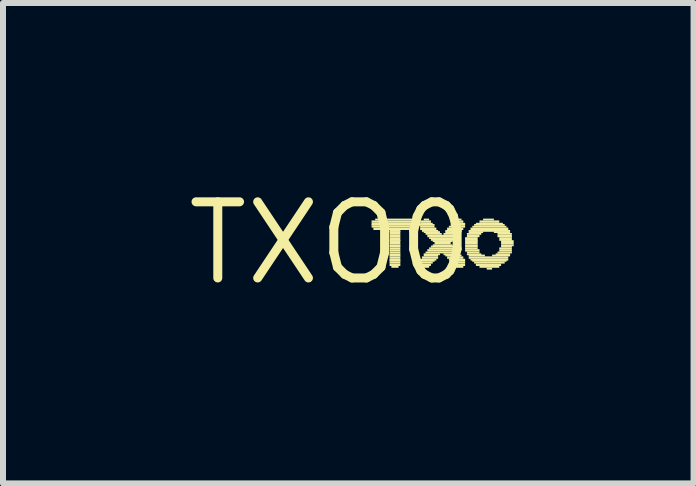
<source format=kicad_pcb>
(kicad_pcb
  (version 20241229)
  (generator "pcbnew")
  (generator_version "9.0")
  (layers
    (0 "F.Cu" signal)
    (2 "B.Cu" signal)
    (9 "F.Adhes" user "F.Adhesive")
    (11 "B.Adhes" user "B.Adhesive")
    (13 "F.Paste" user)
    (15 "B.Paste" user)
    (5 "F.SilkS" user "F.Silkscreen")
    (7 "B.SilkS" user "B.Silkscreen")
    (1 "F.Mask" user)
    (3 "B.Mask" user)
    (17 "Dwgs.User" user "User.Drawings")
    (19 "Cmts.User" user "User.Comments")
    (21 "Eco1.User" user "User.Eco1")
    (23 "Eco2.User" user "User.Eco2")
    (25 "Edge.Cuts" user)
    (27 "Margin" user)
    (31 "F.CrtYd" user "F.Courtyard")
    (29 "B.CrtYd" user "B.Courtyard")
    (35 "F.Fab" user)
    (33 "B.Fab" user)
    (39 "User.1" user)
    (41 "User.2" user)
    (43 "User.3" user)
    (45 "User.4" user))
  (footprint "TXO0"
    (layer "F.Cu")
    (at 2.457 1.006)
    (property "Reference" "TXO0" (at 0 0 0) (layer "F.SilkS") (effects (font (size 1.27 1.27) (thickness 0.15))))
    (fp_poly (pts (xy 0.69 -0.34) (xy 1.47 -0.34) (xy 1.47 -0.38) (xy 0.69 -0.38)) (stroke (width 0) (type default)) (fill yes) (layer "F.SilkS"))
    (fp_poly (pts (xy 0.69 -0.31) (xy 1.47 -0.31) (xy 1.47 -0.34) (xy 0.69 -0.34)) (stroke (width 0) (type default)) (fill yes) (layer "F.SilkS"))
    (fp_poly (pts (xy 0.69 -0.29) (xy 1.74 -0.29) (xy 1.74 -0.32) (xy 0.69 -0.32)) (stroke (width 0) (type default)) (fill yes) (layer "F.SilkS"))
    (fp_poly (pts (xy 0.69 -0.26) (xy 1.47 -0.26) (xy 1.47 -0.29) (xy 0.69 -0.29)) (stroke (width 0) (type default)) (fill yes) (layer "F.SilkS"))
    (fp_poly (pts (xy 0.72 -0.22) (xy 1.44 -0.22) (xy 1.44 -0.26) (xy 0.72 -0.26)) (stroke (width 0) (type default)) (fill yes) (layer "F.SilkS"))
    (fp_poly (pts (xy 0.75 -0.38) (xy 1.41 -0.38) (xy 1.41 -0.41) (xy 0.75 -0.41)) (stroke (width 0) (type default)) (fill yes) (layer "F.SilkS"))
    (fp_poly (pts (xy 0.99 -0.19) (xy 1.17 -0.19) (xy 1.17 -0.22) (xy 0.99 -0.22)) (stroke (width 0) (type default)) (fill yes) (layer "F.SilkS"))
    (fp_poly (pts (xy 0.99 -0.17) (xy 1.17 -0.17) (xy 1.17 -0.2) (xy 0.99 -0.2)) (stroke (width 0) (type default)) (fill yes) (layer "F.SilkS"))
    (fp_poly (pts (xy 0.99 -0.14) (xy 1.17 -0.14) (xy 1.17 -0.17) (xy 0.99 -0.17)) (stroke (width 0) (type default)) (fill yes) (layer "F.SilkS"))
    (fp_poly (pts (xy 0.99 -0.1) (xy 1.17 -0.1) (xy 1.17 -0.14) (xy 0.99 -0.14)) (stroke (width 0) (type default)) (fill yes) (layer "F.SilkS"))
    (fp_poly (pts (xy 0.99 -0.07) (xy 1.17 -0.07) (xy 1.17 -0.1) (xy 0.99 -0.1)) (stroke (width 0) (type default)) (fill yes) (layer "F.SilkS"))
    (fp_poly (pts (xy 0.99 -0.04) (xy 1.17 -0.04) (xy 1.17 -0.07) (xy 0.99 -0.07)) (stroke (width 0) (type default)) (fill yes) (layer "F.SilkS"))
    (fp_poly (pts (xy 0.99 -0.02) (xy 1.17 -0.02) (xy 1.17 -0.05) (xy 0.99 -0.05)) (stroke (width 0) (type default)) (fill yes) (layer "F.SilkS"))
    (fp_poly (pts (xy 0.99 0.02) (xy 1.17 0.02) (xy 1.17 -0.02) (xy 0.99 -0.02)) (stroke (width 0) (type default)) (fill yes) (layer "F.SilkS"))
    (fp_poly (pts (xy 0.99 0.05) (xy 1.17 0.05) (xy 1.17 0.02) (xy 0.99 0.02)) (stroke (width 0) (type default)) (fill yes) (layer "F.SilkS"))
    (fp_poly (pts (xy 0.99 0.07) (xy 1.17 0.07) (xy 1.17 0.04) (xy 0.99 0.04)) (stroke (width 0) (type default)) (fill yes) (layer "F.SilkS"))
    (fp_poly (pts (xy 0.99 0.1) (xy 1.17 0.1) (xy 1.17 0.07) (xy 0.99 0.07)) (stroke (width 0) (type default)) (fill yes) (layer "F.SilkS"))
    (fp_poly (pts (xy 0.99 0.14) (xy 1.17 0.14) (xy 1.17 0.1) (xy 0.99 0.1)) (stroke (width 0) (type default)) (fill yes) (layer "F.SilkS"))
    (fp_poly (pts (xy 0.99 0.17) (xy 1.17 0.17) (xy 1.17 0.14) (xy 0.99 0.14)) (stroke (width 0) (type default)) (fill yes) (layer "F.SilkS"))
    (fp_poly (pts (xy 0.99 0.2) (xy 1.17 0.2) (xy 1.17 0.17) (xy 0.99 0.17)) (stroke (width 0) (type default)) (fill yes) (layer "F.SilkS"))
    (fp_poly (pts (xy 0.99 0.22) (xy 1.17 0.22) (xy 1.17 0.19) (xy 0.99 0.19)) (stroke (width 0) (type default)) (fill yes) (layer "F.SilkS"))
    (fp_poly (pts (xy 0.99 0.26) (xy 1.17 0.26) (xy 1.17 0.22) (xy 0.99 0.22)) (stroke (width 0) (type default)) (fill yes) (layer "F.SilkS"))
    (fp_poly (pts (xy 0.99 0.29) (xy 1.17 0.29) (xy 1.17 0.26) (xy 0.99 0.26)) (stroke (width 0) (type default)) (fill yes) (layer "F.SilkS"))
    (fp_poly (pts (xy 0.99 0.31) (xy 1.17 0.31) (xy 1.17 0.28) (xy 0.99 0.28)) (stroke (width 0) (type default)) (fill yes) (layer "F.SilkS"))
    (fp_poly (pts (xy 0.99 0.34) (xy 1.17 0.34) (xy 1.17 0.31) (xy 0.99 0.31)) (stroke (width 0) (type default)) (fill yes) (layer "F.SilkS"))
    (fp_poly (pts (xy 0.99 0.38) (xy 1.17 0.38) (xy 1.17 0.34) (xy 0.99 0.34)) (stroke (width 0) (type default)) (fill yes) (layer "F.SilkS"))
    (fp_poly (pts (xy 1.02 0.41) (xy 1.14 0.41) (xy 1.14 0.38) (xy 1.02 0.38)) (stroke (width 0) (type default)) (fill yes) (layer "F.SilkS"))
    (fp_poly (pts (xy 1.47 0.31) (xy 1.74 0.31) (xy 1.74 0.28) (xy 1.47 0.28)) (stroke (width 0) (type default)) (fill yes) (layer "F.SilkS"))
    (fp_poly (pts (xy 1.5 -0.34) (xy 1.68 -0.34) (xy 1.68 -0.38) (xy 1.5 -0.38)) (stroke (width 0) (type default)) (fill yes) (layer "F.SilkS"))
    (fp_poly (pts (xy 1.5 -0.31) (xy 1.71 -0.31) (xy 1.71 -0.34) (xy 1.5 -0.34)) (stroke (width 0) (type default)) (fill yes) (layer "F.SilkS"))
    (fp_poly (pts (xy 1.5 -0.26) (xy 1.74 -0.26) (xy 1.74 -0.29) (xy 1.5 -0.29)) (stroke (width 0) (type default)) (fill yes) (layer "F.SilkS"))
    (fp_poly (pts (xy 1.5 -0.22) (xy 1.77 -0.22) (xy 1.77 -0.26) (xy 1.5 -0.26)) (stroke (width 0) (type default)) (fill yes) (layer "F.SilkS"))
    (fp_poly (pts (xy 1.5 0.29) (xy 1.77 0.29) (xy 1.77 0.26) (xy 1.5 0.26)) (stroke (width 0) (type default)) (fill yes) (layer "F.SilkS"))
    (fp_poly (pts (xy 1.5 0.34) (xy 1.71 0.34) (xy 1.71 0.31) (xy 1.5 0.31)) (stroke (width 0) (type default)) (fill yes) (layer "F.SilkS"))
    (fp_poly (pts (xy 1.5 0.38) (xy 1.68 0.38) (xy 1.68 0.34) (xy 1.5 0.34)) (stroke (width 0) (type default)) (fill yes) (layer "F.SilkS"))
    (fp_poly (pts (xy 1.53 -0.19) (xy 1.8 -0.19) (xy 1.8 -0.22) (xy 1.53 -0.22)) (stroke (width 0) (type default)) (fill yes) (layer "F.SilkS"))
    (fp_poly (pts (xy 1.53 0.26) (xy 1.8 0.26) (xy 1.8 0.22) (xy 1.53 0.22)) (stroke (width 0) (type default)) (fill yes) (layer "F.SilkS"))
    (fp_poly (pts (xy 1.53 0.41) (xy 1.65 0.41) (xy 1.65 0.38) (xy 1.53 0.38)) (stroke (width 0) (type default)) (fill yes) (layer "F.SilkS"))
    (fp_poly (pts (xy 1.56 -0.38) (xy 1.65 -0.38) (xy 1.65 -0.41) (xy 1.56 -0.41)) (stroke (width 0) (type default)) (fill yes) (layer "F.SilkS"))
    (fp_poly (pts (xy 1.56 -0.17) (xy 1.83 -0.17) (xy 1.83 -0.2) (xy 1.56 -0.2)) (stroke (width 0) (type default)) (fill yes) (layer "F.SilkS"))
    (fp_poly (pts (xy 1.56 0.2) (xy 1.83 0.2) (xy 1.83 0.17) (xy 1.56 0.17)) (stroke (width 0) (type default)) (fill yes) (layer "F.SilkS"))
    (fp_poly (pts (xy 1.56 0.22) (xy 1.8 0.22) (xy 1.8 0.19) (xy 1.56 0.19)) (stroke (width 0) (type default)) (fill yes) (layer "F.SilkS"))
    (fp_poly (pts (xy 1.59 -0.14) (xy 1.86 -0.14) (xy 1.86 -0.17) (xy 1.59 -0.17)) (stroke (width 0) (type default)) (fill yes) (layer "F.SilkS"))
    (fp_poly (pts (xy 1.59 0.17) (xy 2.13 0.17) (xy 2.13 0.14) (xy 1.59 0.14)) (stroke (width 0) (type default)) (fill yes) (layer "F.SilkS"))
    (fp_poly (pts (xy 1.62 -0.1) (xy 2.13 -0.1) (xy 2.13 -0.14) (xy 1.62 -0.14)) (stroke (width 0) (type default)) (fill yes) (layer "F.SilkS"))
    (fp_poly (pts (xy 1.62 0.14) (xy 2.1 0.14) (xy 2.1 0.1) (xy 1.62 0.1)) (stroke (width 0) (type default)) (fill yes) (layer "F.SilkS"))
    (fp_poly (pts (xy 1.65 -0.07) (xy 2.1 -0.07) (xy 2.1 -0.1) (xy 1.65 -0.1)) (stroke (width 0) (type default)) (fill yes) (layer "F.SilkS"))
    (fp_poly (pts (xy 1.65 0.1) (xy 2.1 0.1) (xy 2.1 0.07) (xy 1.65 0.07)) (stroke (width 0) (type default)) (fill yes) (layer "F.SilkS"))
    (fp_poly (pts (xy 1.68 -0.04) (xy 2.07 -0.04) (xy 2.07 -0.07) (xy 1.68 -0.07)) (stroke (width 0) (type default)) (fill yes) (layer "F.SilkS"))
    (fp_poly (pts (xy 1.68 0.07) (xy 2.07 0.07) (xy 2.07 0.04) (xy 1.68 0.04)) (stroke (width 0) (type default)) (fill yes) (layer "F.SilkS"))
    (fp_poly (pts (xy 1.71 -0.02) (xy 2.04 -0.02) (xy 2.04 -0.05) (xy 1.71 -0.05)) (stroke (width 0) (type default)) (fill yes) (layer "F.SilkS"))
    (fp_poly (pts (xy 1.71 0.05) (xy 2.04 0.05) (xy 2.04 0.02) (xy 1.71 0.02)) (stroke (width 0) (type default)) (fill yes) (layer "F.SilkS"))
    (fp_poly (pts (xy 1.74 0.02) (xy 2.01 0.02) (xy 2.01 -0.02) (xy 1.74 -0.02)) (stroke (width 0) (type default)) (fill yes) (layer "F.SilkS"))
    (fp_poly (pts (xy 1.89 -0.14) (xy 2.16 -0.14) (xy 2.16 -0.17) (xy 1.89 -0.17)) (stroke (width 0) (type default)) (fill yes) (layer "F.SilkS"))
    (fp_poly (pts (xy 1.89 0.2) (xy 2.16 0.2) (xy 2.16 0.17) (xy 1.89 0.17)) (stroke (width 0) (type default)) (fill yes) (layer "F.SilkS"))
    (fp_poly (pts (xy 1.92 -0.19) (xy 2.19 -0.19) (xy 2.19 -0.22) (xy 1.92 -0.22)) (stroke (width 0) (type default)) (fill yes) (layer "F.SilkS"))
    (fp_poly (pts (xy 1.92 -0.17) (xy 2.16 -0.17) (xy 2.16 -0.2) (xy 1.92 -0.2)) (stroke (width 0) (type default)) (fill yes) (layer "F.SilkS"))
    (fp_poly (pts (xy 1.92 0.22) (xy 2.19 0.22) (xy 2.19 0.19) (xy 1.92 0.19)) (stroke (width 0) (type default)) (fill yes) (layer "F.SilkS"))
    (fp_poly (pts (xy 1.95 -0.22) (xy 2.22 -0.22) (xy 2.22 -0.26) (xy 1.95 -0.26)) (stroke (width 0) (type default)) (fill yes) (layer "F.SilkS"))
    (fp_poly (pts (xy 1.95 0.26) (xy 2.22 0.26) (xy 2.22 0.22) (xy 1.95 0.22)) (stroke (width 0) (type default)) (fill yes) (layer "F.SilkS"))
    (fp_poly (pts (xy 1.98 -0.26) (xy 2.25 -0.26) (xy 2.25 -0.29) (xy 1.98 -0.29)) (stroke (width 0) (type default)) (fill yes) (layer "F.SilkS"))
    (fp_poly (pts (xy 1.98 0.29) (xy 2.25 0.29) (xy 2.25 0.26) (xy 1.98 0.26)) (stroke (width 0) (type default)) (fill yes) (layer "F.SilkS"))
    (fp_poly (pts (xy 2.01 -0.29) (xy 2.25 -0.29) (xy 2.25 -0.32) (xy 2.01 -0.32)) (stroke (width 0) (type default)) (fill yes) (layer "F.SilkS"))
    (fp_poly (pts (xy 2.01 0.31) (xy 2.25 0.31) (xy 2.25 0.28) (xy 2.01 0.28)) (stroke (width 0) (type default)) (fill yes) (layer "F.SilkS"))
    (fp_poly (pts (xy 2.04 -0.31) (xy 2.25 -0.31) (xy 2.25 -0.34) (xy 2.04 -0.34)) (stroke (width 0) (type default)) (fill yes) (layer "F.SilkS"))
    (fp_poly (pts (xy 2.04 0.34) (xy 2.25 0.34) (xy 2.25 0.31) (xy 2.04 0.31)) (stroke (width 0) (type default)) (fill yes) (layer "F.SilkS"))
    (fp_poly (pts (xy 2.07 -0.34) (xy 2.22 -0.34) (xy 2.22 -0.38) (xy 2.07 -0.38)) (stroke (width 0) (type default)) (fill yes) (layer "F.SilkS"))
    (fp_poly (pts (xy 2.07 0.38) (xy 2.25 0.38) (xy 2.25 0.34) (xy 2.07 0.34)) (stroke (width 0) (type default)) (fill yes) (layer "F.SilkS"))
    (fp_poly (pts (xy 2.1 -0.38) (xy 2.19 -0.38) (xy 2.19 -0.41) (xy 2.1 -0.41)) (stroke (width 0) (type default)) (fill yes) (layer "F.SilkS"))
    (fp_poly (pts (xy 2.1 0.41) (xy 2.22 0.41) (xy 2.22 0.38) (xy 2.1 0.38)) (stroke (width 0) (type default)) (fill yes) (layer "F.SilkS"))
    (fp_poly (pts (xy 2.25 -0.07) (xy 2.46 -0.07) (xy 2.46 -0.1) (xy 2.25 -0.1)) (stroke (width 0) (type default)) (fill yes) (layer "F.SilkS"))
    (fp_poly (pts (xy 2.25 -0.04) (xy 2.46 -0.04) (xy 2.46 -0.07) (xy 2.25 -0.07)) (stroke (width 0) (type default)) (fill yes) (layer "F.SilkS"))
    (fp_poly (pts (xy 2.25 -0.02) (xy 2.46 -0.02) (xy 2.46 -0.05) (xy 2.25 -0.05)) (stroke (width 0) (type default)) (fill yes) (layer "F.SilkS"))
    (fp_poly (pts (xy 2.25 0.02) (xy 2.46 0.02) (xy 2.46 -0.02) (xy 2.25 -0.02)) (stroke (width 0) (type default)) (fill yes) (layer "F.SilkS"))
    (fp_poly (pts (xy 2.25 0.05) (xy 2.46 0.05) (xy 2.46 0.02) (xy 2.25 0.02)) (stroke (width 0) (type default)) (fill yes) (layer "F.SilkS"))
    (fp_poly (pts (xy 2.25 0.07) (xy 2.46 0.07) (xy 2.46 0.04) (xy 2.25 0.04)) (stroke (width 0) (type default)) (fill yes) (layer "F.SilkS"))
    (fp_poly (pts (xy 2.25 0.1) (xy 2.46 0.1) (xy 2.46 0.07) (xy 2.25 0.07)) (stroke (width 0) (type default)) (fill yes) (layer "F.SilkS"))
    (fp_poly (pts (xy 2.25 0.14) (xy 2.49 0.14) (xy 2.49 0.1) (xy 2.25 0.1)) (stroke (width 0) (type default)) (fill yes) (layer "F.SilkS"))
    (fp_poly (pts (xy 2.28 -0.14) (xy 2.52 -0.14) (xy 2.52 -0.17) (xy 2.28 -0.17)) (stroke (width 0) (type default)) (fill yes) (layer "F.SilkS"))
    (fp_poly (pts (xy 2.28 -0.1) (xy 2.49 -0.1) (xy 2.49 -0.14) (xy 2.28 -0.14)) (stroke (width 0) (type default)) (fill yes) (layer "F.SilkS"))
    (fp_poly (pts (xy 2.28 0.17) (xy 2.49 0.17) (xy 2.49 0.14) (xy 2.28 0.14)) (stroke (width 0) (type default)) (fill yes) (layer "F.SilkS"))
    (fp_poly (pts (xy 2.28 0.2) (xy 2.52 0.2) (xy 2.52 0.17) (xy 2.28 0.17)) (stroke (width 0) (type default)) (fill yes) (layer "F.SilkS"))
    (fp_poly (pts (xy 2.31 -0.19) (xy 3 -0.19) (xy 3 -0.22) (xy 2.31 -0.22)) (stroke (width 0) (type default)) (fill yes) (layer "F.SilkS"))
    (fp_poly (pts (xy 2.31 -0.17) (xy 2.55 -0.17) (xy 2.55 -0.2) (xy 2.31 -0.2)) (stroke (width 0) (type default)) (fill yes) (layer "F.SilkS"))
    (fp_poly (pts (xy 2.31 0.22) (xy 2.58 0.22) (xy 2.58 0.19) (xy 2.31 0.19)) (stroke (width 0) (type default)) (fill yes) (layer "F.SilkS"))
    (fp_poly (pts (xy 2.31 0.26) (xy 2.97 0.26) (xy 2.97 0.22) (xy 2.31 0.22)) (stroke (width 0) (type default)) (fill yes) (layer "F.SilkS"))
    (fp_poly (pts (xy 2.34 -0.22) (xy 2.97 -0.22) (xy 2.97 -0.26) (xy 2.34 -0.26)) (stroke (width 0) (type default)) (fill yes) (layer "F.SilkS"))
    (fp_poly (pts (xy 2.34 0.29) (xy 2.97 0.29) (xy 2.97 0.26) (xy 2.34 0.26)) (stroke (width 0) (type default)) (fill yes) (layer "F.SilkS"))
    (fp_poly (pts (xy 2.37 -0.26) (xy 2.94 -0.26) (xy 2.94 -0.29) (xy 2.37 -0.29)) (stroke (width 0) (type default)) (fill yes) (layer "F.SilkS"))
    (fp_poly (pts (xy 2.37 0.31) (xy 2.94 0.31) (xy 2.94 0.28) (xy 2.37 0.28)) (stroke (width 0) (type default)) (fill yes) (layer "F.SilkS"))
    (fp_poly (pts (xy 2.4 -0.29) (xy 2.91 -0.29) (xy 2.91 -0.32) (xy 2.4 -0.32)) (stroke (width 0) (type default)) (fill yes) (layer "F.SilkS"))
    (fp_poly (pts (xy 2.4 0.34) (xy 2.91 0.34) (xy 2.91 0.31) (xy 2.4 0.31)) (stroke (width 0) (type default)) (fill yes) (layer "F.SilkS"))
    (fp_poly (pts (xy 2.43 -0.31) (xy 2.88 -0.31) (xy 2.88 -0.34) (xy 2.43 -0.34)) (stroke (width 0) (type default)) (fill yes) (layer "F.SilkS"))
    (fp_poly (pts (xy 2.43 0.38) (xy 2.85 0.38) (xy 2.85 0.34) (xy 2.43 0.34)) (stroke (width 0) (type default)) (fill yes) (layer "F.SilkS"))
    (fp_poly (pts (xy 2.49 -0.34) (xy 2.82 -0.34) (xy 2.82 -0.38) (xy 2.49 -0.38)) (stroke (width 0) (type default)) (fill yes) (layer "F.SilkS"))
    (fp_poly (pts (xy 2.49 0.41) (xy 2.82 0.41) (xy 2.82 0.38) (xy 2.49 0.38)) (stroke (width 0) (type default)) (fill yes) (layer "F.SilkS"))
    (fp_poly (pts (xy 2.55 -0.38) (xy 2.73 -0.38) (xy 2.73 -0.41) (xy 2.55 -0.41)) (stroke (width 0) (type default)) (fill yes) (layer "F.SilkS"))
    (fp_poly (pts (xy 2.61 0.44) (xy 2.7 0.44) (xy 2.7 0.41) (xy 2.61 0.41)) (stroke (width 0) (type default)) (fill yes) (layer "F.SilkS"))
    (fp_poly (pts (xy 2.7 0.22) (xy 3 0.22) (xy 3 0.19) (xy 2.7 0.19)) (stroke (width 0) (type default)) (fill yes) (layer "F.SilkS"))
    (fp_poly (pts (xy 2.73 -0.17) (xy 3 -0.17) (xy 3 -0.2) (xy 2.73 -0.2)) (stroke (width 0) (type default)) (fill yes) (layer "F.SilkS"))
    (fp_poly (pts (xy 2.76 0.2) (xy 3 0.2) (xy 3 0.17) (xy 2.76 0.17)) (stroke (width 0) (type default)) (fill yes) (layer "F.SilkS"))
    (fp_poly (pts (xy 2.79 -0.14) (xy 3.03 -0.14) (xy 3.03 -0.17) (xy 2.79 -0.17)) (stroke (width 0) (type default)) (fill yes) (layer "F.SilkS"))
    (fp_poly (pts (xy 2.79 -0.1) (xy 3.03 -0.1) (xy 3.03 -0.14) (xy 2.79 -0.14)) (stroke (width 0) (type default)) (fill yes) (layer "F.SilkS"))
    (fp_poly (pts (xy 2.79 0.17) (xy 3.03 0.17) (xy 3.03 0.14) (xy 2.79 0.14)) (stroke (width 0) (type default)) (fill yes) (layer "F.SilkS"))
    (fp_poly (pts (xy 2.82 -0.07) (xy 3.03 -0.07) (xy 3.03 -0.1) (xy 2.82 -0.1)) (stroke (width 0) (type default)) (fill yes) (layer "F.SilkS"))
    (fp_poly (pts (xy 2.82 -0.04) (xy 3.03 -0.04) (xy 3.03 -0.07) (xy 2.82 -0.07)) (stroke (width 0) (type default)) (fill yes) (layer "F.SilkS"))
    (fp_poly (pts (xy 2.82 0.1) (xy 3.03 0.1) (xy 3.03 0.07) (xy 2.82 0.07)) (stroke (width 0) (type default)) (fill yes) (layer "F.SilkS"))
    (fp_poly (pts (xy 2.82 0.14) (xy 3.03 0.14) (xy 3.03 0.1) (xy 2.82 0.1)) (stroke (width 0) (type default)) (fill yes) (layer "F.SilkS"))
    (fp_poly (pts (xy 2.85 -0.02) (xy 3.06 -0.02) (xy 3.06 -0.05) (xy 2.85 -0.05)) (stroke (width 0) (type default)) (fill yes) (layer "F.SilkS"))
    (fp_poly (pts (xy 2.85 0.02) (xy 3.06 0.02) (xy 3.06 -0.02) (xy 2.85 -0.02)) (stroke (width 0) (type default)) (fill yes) (layer "F.SilkS"))
    (fp_poly (pts (xy 2.85 0.05) (xy 3.06 0.05) (xy 3.06 0.02) (xy 2.85 0.02)) (stroke (width 0) (type default)) (fill yes) (layer "F.SilkS"))
    (fp_poly (pts (xy 2.85 0.07) (xy 3.03 0.07) (xy 3.03 0.04) (xy 2.85 0.04)) (stroke (width 0) (type default)) (fill yes) (layer "F.SilkS")))
  (gr_rect
    (start -3 -3)
    (end 8.517 5.012)
    (stroke (width 0.1) (type default))
    (fill no)
    (layer "Edge.Cuts")))
</source>
